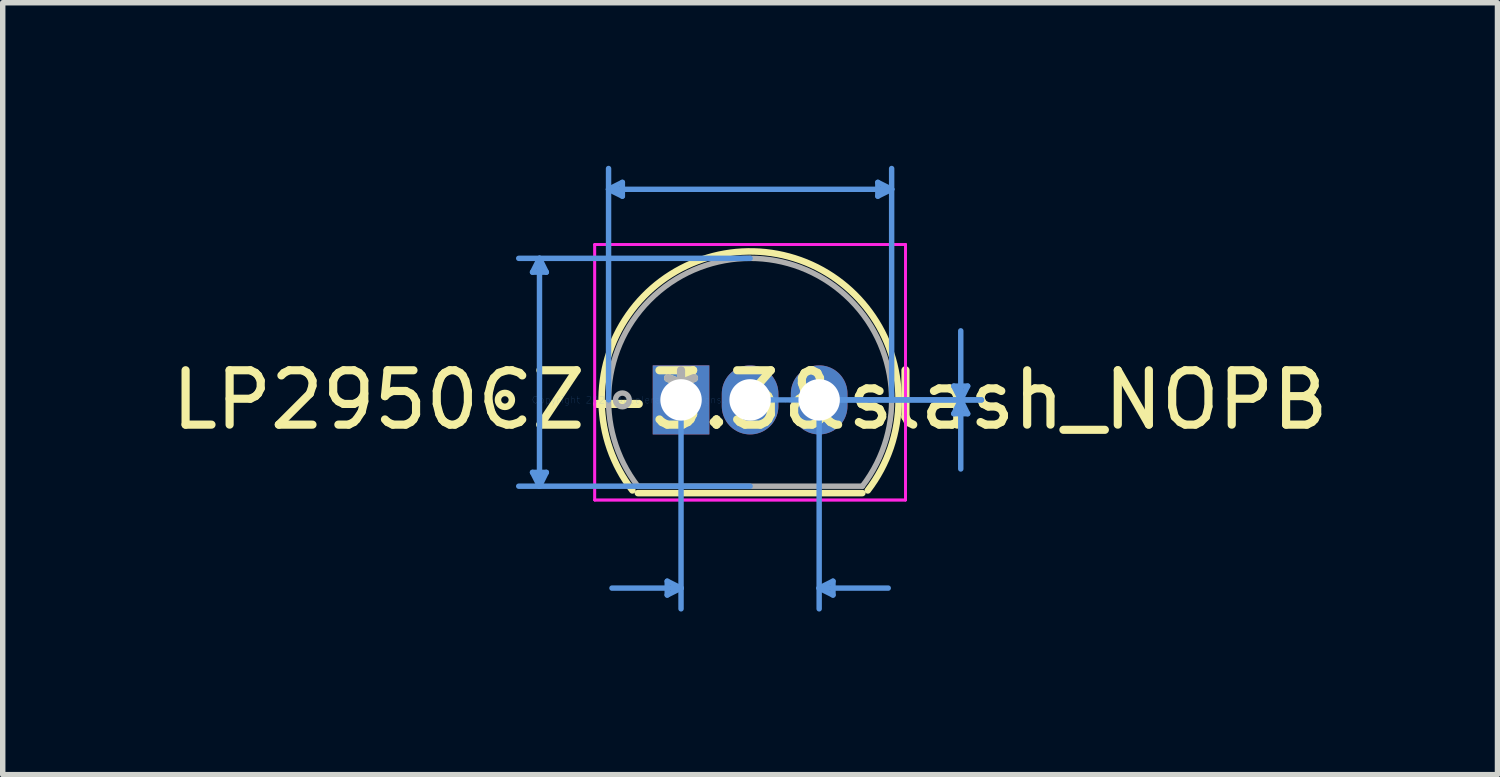
<source format=kicad_pcb>
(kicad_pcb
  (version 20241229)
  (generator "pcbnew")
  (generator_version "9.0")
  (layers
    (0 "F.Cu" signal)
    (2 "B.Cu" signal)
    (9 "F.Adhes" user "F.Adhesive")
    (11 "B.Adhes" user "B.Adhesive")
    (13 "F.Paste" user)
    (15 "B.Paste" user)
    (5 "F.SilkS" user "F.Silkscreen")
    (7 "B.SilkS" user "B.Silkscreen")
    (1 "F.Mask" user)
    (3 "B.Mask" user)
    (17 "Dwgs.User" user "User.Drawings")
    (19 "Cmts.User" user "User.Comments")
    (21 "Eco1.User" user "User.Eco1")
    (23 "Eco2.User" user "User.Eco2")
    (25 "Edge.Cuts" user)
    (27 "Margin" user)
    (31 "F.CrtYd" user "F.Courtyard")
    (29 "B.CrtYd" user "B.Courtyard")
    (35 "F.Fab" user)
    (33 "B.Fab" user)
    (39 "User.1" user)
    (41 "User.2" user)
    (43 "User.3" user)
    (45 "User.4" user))
  (footprint "LP2950CZ-3.3&slash_NOPB"
    (layer "F.Cu")
    (at 9.474 4.304)
    (property "Reference" "LP2950CZ-3.3&slash_NOPB" (at 1.27 0 0) (layer "F.SilkS") (effects (font (size 1 1) (thickness 0.15))))
    (attr through_hole)
    (fp_line (start -0.794 1.714) (end 3.334 1.714) (stroke (width 0.12) (type solid)) (layer "F.SilkS"))
    (fp_arc (start -0.894167 1.664936) (mid 0.39069 -2.585042) (end 4.0005 0) (stroke (width 0.12) (type solid)) (layer "F.SilkS"))
    (fp_arc (start 4.0005 0.000001) (mid 3.855041 0.879313) (end 3.434164 1.66494) (stroke (width 0.12) (type solid)) (layer "F.SilkS"))
    (fp_circle (center -3.239 0) (end -3.111 0) (stroke (width 0.12) (type solid)) (fill no) (layer "F.SilkS"))
    (fp_line (start -2.731 -2.349) (end -2.477 -2.349) (stroke (width 0.1) (type solid)) (layer "Cmts.User"))
    (fp_line (start -2.731 1.333) (end -2.477 1.333) (stroke (width 0.1) (type solid)) (layer "Cmts.User"))
    (fp_line (start -2.603 -2.603) (end -2.731 -2.349) (stroke (width 0.1) (type solid)) (layer "Cmts.User"))
    (fp_line (start -2.603 -2.603) (end -2.603 1.587) (stroke (width 0.1) (type solid)) (layer "Cmts.User"))
    (fp_line (start -2.603 -2.603) (end -2.477 -2.349) (stroke (width 0.1) (type solid)) (layer "Cmts.User"))
    (fp_line (start -2.603 1.587) (end -2.731 1.333) (stroke (width 0.1) (type solid)) (layer "Cmts.User"))
    (fp_line (start -2.603 1.587) (end -2.477 1.333) (stroke (width 0.1) (type solid)) (layer "Cmts.User"))
    (fp_line (start -1.333 -3.873) (end -1.079 -4) (stroke (width 0.1) (type solid)) (layer "Cmts.User"))
    (fp_line (start -1.333 -3.873) (end -1.079 -3.747) (stroke (width 0.1) (type solid)) (layer "Cmts.User"))
    (fp_line (start -1.333 -3.873) (end 3.873 -3.873) (stroke (width 0.1) (type solid)) (layer "Cmts.User"))
    (fp_line (start -1.333 0) (end -1.333 -4.255) (stroke (width 0.1) (type solid)) (layer "Cmts.User"))
    (fp_line (start -1.079 -4) (end -1.079 -3.747) (stroke (width 0.1) (type solid)) (layer "Cmts.User"))
    (fp_line (start -0.254 3.334) (end -0.254 3.588) (stroke (width 0.1) (type solid)) (layer "Cmts.User"))
    (fp_line (start 0 0) (end 0 3.842) (stroke (width 0.1) (type solid)) (layer "Cmts.User"))
    (fp_line (start 0 3.461) (end -1.27 3.461) (stroke (width 0.1) (type solid)) (layer "Cmts.User"))
    (fp_line (start 0 3.461) (end -0.254 3.334) (stroke (width 0.1) (type solid)) (layer "Cmts.User"))
    (fp_line (start 0 3.461) (end -0.254 3.588) (stroke (width 0.1) (type solid)) (layer "Cmts.User"))
    (fp_line (start 1.27 -2.603) (end -2.985 -2.603) (stroke (width 0.1) (type solid)) (layer "Cmts.User"))
    (fp_line (start 1.27 1.587) (end -2.985 1.587) (stroke (width 0.1) (type solid)) (layer "Cmts.User"))
    (fp_line (start 1.524 0) (end 5.524 0) (stroke (width 0.1) (type solid)) (layer "Cmts.User"))
    (fp_line (start 2.54 0) (end 2.54 3.842) (stroke (width 0.1) (type solid)) (layer "Cmts.User"))
    (fp_line (start 2.54 0) (end 5.524 0) (stroke (width 0.1) (type solid)) (layer "Cmts.User"))
    (fp_line (start 2.54 3.461) (end 2.794 3.334) (stroke (width 0.1) (type solid)) (layer "Cmts.User"))
    (fp_line (start 2.54 3.461) (end 2.794 3.588) (stroke (width 0.1) (type solid)) (layer "Cmts.User"))
    (fp_line (start 2.54 3.461) (end 3.81 3.461) (stroke (width 0.1) (type solid)) (layer "Cmts.User"))
    (fp_line (start 2.794 3.334) (end 2.794 3.588) (stroke (width 0.1) (type solid)) (layer "Cmts.User"))
    (fp_line (start 3.619 -4) (end 3.619 -3.747) (stroke (width 0.1) (type solid)) (layer "Cmts.User"))
    (fp_line (start 3.873 -3.873) (end 3.619 -4) (stroke (width 0.1) (type solid)) (layer "Cmts.User"))
    (fp_line (start 3.873 -3.873) (end 3.619 -3.747) (stroke (width 0.1) (type solid)) (layer "Cmts.User"))
    (fp_line (start 3.873 0) (end 3.873 -4.255) (stroke (width 0.1) (type solid)) (layer "Cmts.User"))
    (fp_line (start 5.016 -0.254) (end 5.271 -0.254) (stroke (width 0.1) (type solid)) (layer "Cmts.User"))
    (fp_line (start 5.016 0.254) (end 5.271 0.254) (stroke (width 0.1) (type solid)) (layer "Cmts.User"))
    (fp_line (start 5.144 0) (end 5.016 -0.254) (stroke (width 0.1) (type solid)) (layer "Cmts.User"))
    (fp_line (start 5.144 0) (end 5.016 0.254) (stroke (width 0.1) (type solid)) (layer "Cmts.User"))
    (fp_line (start 5.144 0) (end 5.144 -1.27) (stroke (width 0.1) (type solid)) (layer "Cmts.User"))
    (fp_line (start 5.144 0) (end 5.144 1.27) (stroke (width 0.1) (type solid)) (layer "Cmts.User"))
    (fp_line (start 5.144 0) (end 5.271 -0.254) (stroke (width 0.1) (type solid)) (layer "Cmts.User"))
    (fp_line (start 5.144 0) (end 5.271 0.254) (stroke (width 0.1) (type solid)) (layer "Cmts.User"))
    (fp_line (start -1.587 -2.857) (end 4.128 -2.857) (stroke (width 0.05) (type solid)) (layer "F.CrtYd"))
    (fp_line (start -1.587 -2.857) (end 4.128 -2.857) (stroke (width 0.05) (type solid)) (layer "F.CrtYd"))
    (fp_line (start -1.587 1.841) (end -1.587 -2.857) (stroke (width 0.05) (type solid)) (layer "F.CrtYd"))
    (fp_line (start -1.587 1.841) (end -1.587 -2.857) (stroke (width 0.05) (type solid)) (layer "F.CrtYd"))
    (fp_line (start 4.128 -2.857) (end 4.128 1.841) (stroke (width 0.05) (type solid)) (layer "F.CrtYd"))
    (fp_line (start 4.128 -2.857) (end 4.128 1.841) (stroke (width 0.05) (type solid)) (layer "F.CrtYd"))
    (fp_line (start 4.128 1.841) (end -1.587 1.841) (stroke (width 0.05) (type solid)) (layer "F.CrtYd"))
    (fp_line (start 4.128 1.841) (end -1.587 1.841) (stroke (width 0.05) (type solid)) (layer "F.CrtYd"))
    (fp_line (start -0.794 1.587) (end 3.334 1.587) (stroke (width 0.1) (type solid)) (layer "F.Fab"))
    (fp_line (start -0.254 0) (end 0.254 0) (stroke (width 0.1) (type solid)) (layer "F.Fab"))
    (fp_line (start 0 0.254) (end 0 -0.254) (stroke (width 0.1) (type solid)) (layer "F.Fab"))
    (fp_arc (start -0.793507 1.587499) (mid 1.270001 -2.6035) (end 3.333506 1.5875) (stroke (width 0.1) (type solid)) (layer "F.Fab"))
    (fp_circle (center -1.079 0) (end -0.953 0) (stroke (width 0.1) (type solid)) (fill no) (layer "F.Fab"))
    (fp_text user "*" (at 0 0 0) (layer "F.SilkS") (effects (font (size 1 1) (thickness 0.15))))
    (fp_text user "Copyright 2021 Accelerated Designs. All rights reserved." (at 0 0 0) (layer "Cmts.User") (effects (font (size 0.127 0.127) (thickness 0.002))))
    (fp_text user "*" (at 0 0 0) (layer "F.Fab") (effects (font (size 1 1) (thickness 0.15))))
    (pad "1" thru_hole rect (at 0 0) (size 1.041 1.27) (drill 0.762) (layers "*.Cu" "*.Mask"))
    (pad "2" thru_hole oval (at 1.27 0) (size 1.041 1.27) (drill 0.762) (layers "*.Cu" "*.Mask"))
    (pad "3" thru_hole oval (at 2.54 0) (size 1.041 1.27) (drill 0.762) (layers "*.Cu" "*.Mask")))
  (gr_rect
    (start -3 -3)
    (end 24.488 11.196)
    (stroke (width 0.1) (type default))
    (fill no)
    (layer "Edge.Cuts")))
</source>
